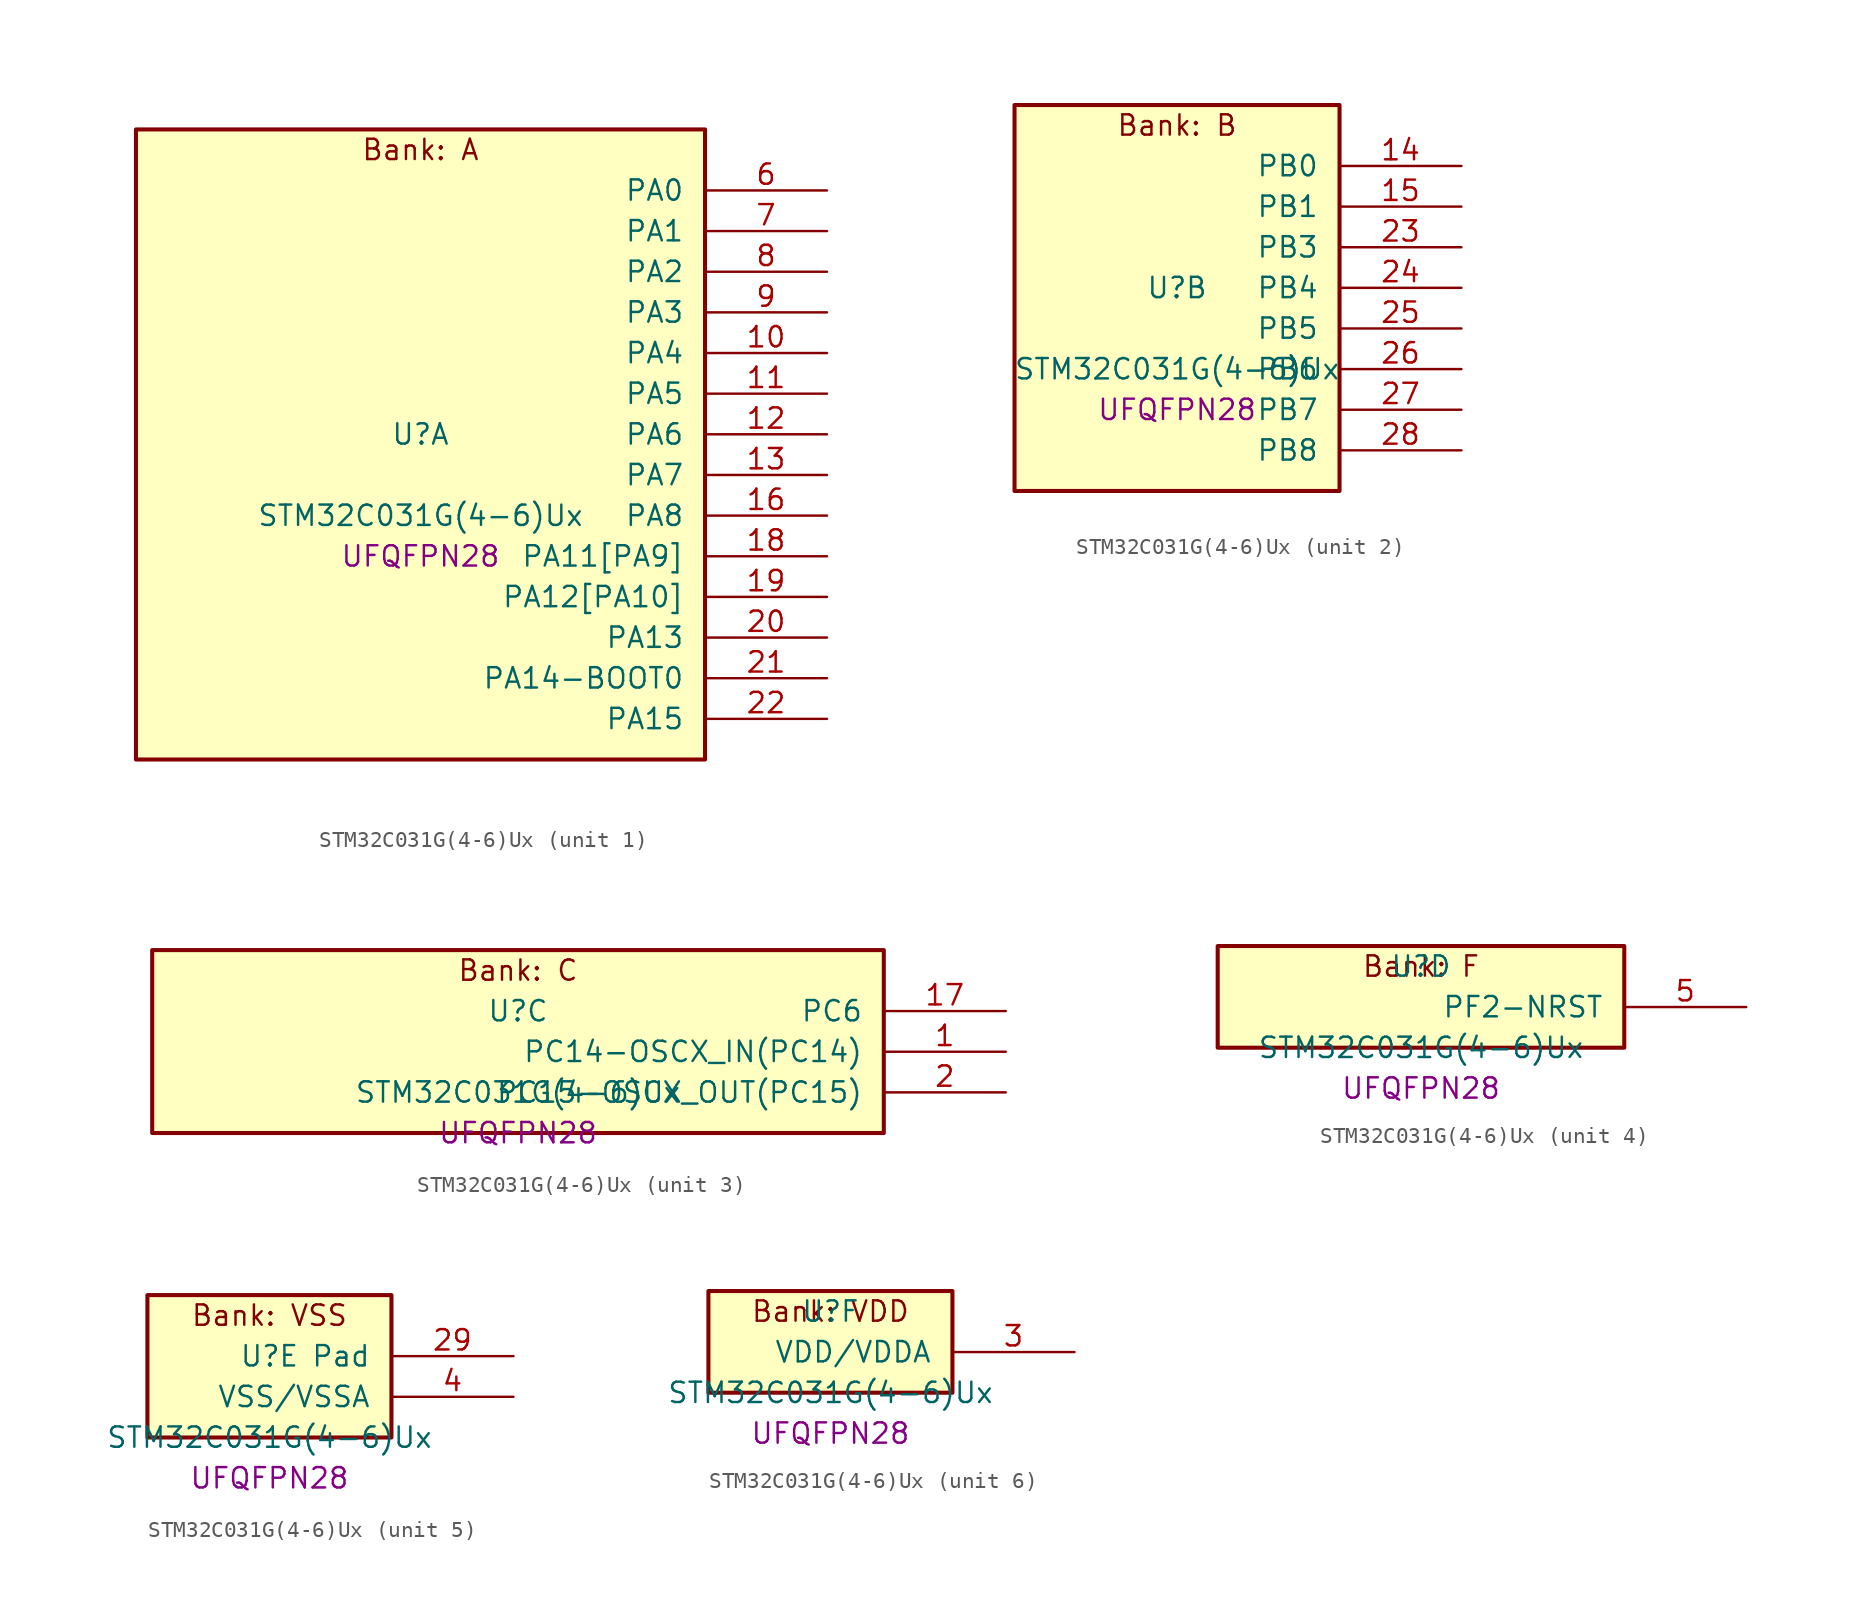
<source format=kicad_sym>
(kicad_symbol_lib
  (version 20241209)
  (generator "stm32_pkl_generator")
  (generator_version "1.0")
  (symbol "STM32C031G(4-6)Ux"
    (pin_names
      (offset 1.27))
    (property "Reference" "U"
      (at 0 2.54 0))
    (property "Value" "STM32C031G(4-6)Ux"
      (at 0 -2.54 0))
    (property "Footprint" "UFQFPN28"
      (at 0 -5.08 0))
    (symbol "STM32C031G(4-6)Ux_1_1"
      (rectangle (start -17.78 21.59) (end 17.78 -17.78) (stroke (width 0.254) (type solid)) (fill (type background)))
      (text "Bank: A" (at 0 20.32 0))
      (pin bidirectional line (at 25.4 17.78 180) (length 7.62) (name "PA0") (number "6") (alternate "PA0/ADC1_IN0" bidirectional line) (alternate "PA0/PWR_WKUP1" bidirectional line) (alternate "PA0/TIM16_CH1" bidirectional line) (alternate "PA0/TIM1_CH1" bidirectional line) (alternate "PA0/USART1_TX" bidirectional line) (alternate "PA0/USART2_CTS" bidirectional line) (alternate "PA0/USART2_NSS" bidirectional line))
      (pin bidirectional line (at 25.4 15.24 180) (length 7.62) (name "PA1") (number "7") (alternate "PA1/ADC1_IN1" bidirectional line) (alternate "PA1/I2C1_SMBA" bidirectional line) (alternate "PA1/I2S1_CK" bidirectional line) (alternate "PA1/SPI1_SCK" bidirectional line) (alternate "PA1/TIM17_CH1" bidirectional line) (alternate "PA1/TIM1_CH2" bidirectional line) (alternate "PA1/USART1_RX" bidirectional line) (alternate "PA1/USART2_CK" bidirectional line) (alternate "PA1/USART2_DE" bidirectional line) (alternate "PA1/USART2_RTS" bidirectional line))
      (pin bidirectional line (at 25.4 12.7 180) (length 7.62) (name "PA2") (number "8") (alternate "PA2/ADC1_IN2" bidirectional line) (alternate "PA2/I2S1_SD" bidirectional line) (alternate "PA2/PWR_WKUP4" bidirectional line) (alternate "PA2/RCC_LSCO" bidirectional line) (alternate "PA2/SPI1_MOSI" bidirectional line) (alternate "PA2/TIM16_CH1N" bidirectional line) (alternate "PA2/TIM1_CH3" bidirectional line) (alternate "PA2/TIM3_ETR" bidirectional line) (alternate "PA2/USART2_TX" bidirectional line))
      (pin bidirectional line (at 25.4 10.16 180) (length 7.62) (name "PA3") (number "9") (alternate "PA3/ADC1_IN3" bidirectional line) (alternate "PA3/TIM1_CH1N" bidirectional line) (alternate "PA3/TIM1_CH4" bidirectional line) (alternate "PA3/USART2_RX" bidirectional line))
      (pin bidirectional line (at 25.4 7.62 180) (length 7.62) (name "PA4") (number "10") (alternate "PA4/ADC1_IN4" bidirectional line) (alternate "PA4/I2S1_WS" bidirectional line) (alternate "PA4/PWR_WKUP2" bidirectional line) (alternate "PA4/RTC_OUT1" bidirectional line) (alternate "PA4/RTC_TS" bidirectional line) (alternate "PA4/SPI1_NSS" bidirectional line) (alternate "PA4/TIM14_CH1" bidirectional line) (alternate "PA4/TIM17_CH1N" bidirectional line) (alternate "PA4/TIM1_CH2N" bidirectional line) (alternate "PA4/USART2_TX" bidirectional line))
      (pin bidirectional line (at 25.4 5.08 180) (length 7.62) (name "PA5") (number "11") (alternate "PA5/ADC1_IN5" bidirectional line) (alternate "PA5/I2S1_CK" bidirectional line) (alternate "PA5/SPI1_SCK" bidirectional line) (alternate "PA5/TIM1_CH1" bidirectional line) (alternate "PA5/TIM1_CH3N" bidirectional line) (alternate "PA5/USART2_RX" bidirectional line))
      (pin bidirectional line (at 25.4 2.54 180) (length 7.62) (name "PA6") (number "12") (alternate "PA6/ADC1_IN6" bidirectional line) (alternate "PA6/I2S1_MCK" bidirectional line) (alternate "PA6/SPI1_MISO" bidirectional line) (alternate "PA6/TIM16_CH1" bidirectional line) (alternate "PA6/TIM1_BKIN" bidirectional line) (alternate "PA6/TIM3_CH1" bidirectional line))
      (pin bidirectional line (at 25.4 0 180) (length 7.62) (name "PA7") (number "13") (alternate "PA7/ADC1_IN7" bidirectional line) (alternate "PA7/I2S1_SD" bidirectional line) (alternate "PA7/SPI1_MOSI" bidirectional line) (alternate "PA7/TIM14_CH1" bidirectional line) (alternate "PA7/TIM17_CH1" bidirectional line) (alternate "PA7/TIM1_CH1N" bidirectional line) (alternate "PA7/TIM3_CH2" bidirectional line))
      (pin bidirectional line (at 25.4 -2.54 180) (length 7.62) (name "PA8") (number "16") (alternate "PA8/ADC1_IN8" bidirectional line) (alternate "PA8/I2S1_WS" bidirectional line) (alternate "PA8/RCC_MCO" bidirectional line) (alternate "PA8/RCC_MCO_2" bidirectional line) (alternate "PA8/SPI1_NSS" bidirectional line) (alternate "PA8/TIM14_CH1" bidirectional line) (alternate "PA8/TIM1_CH1" bidirectional line) (alternate "PA8/TIM1_CH2N" bidirectional line) (alternate "PA8/TIM1_CH3N" bidirectional line) (alternate "PA8/TIM3_CH3" bidirectional line) (alternate "PA8/TIM3_CH4" bidirectional line) (alternate "PA8/USART1_RX" bidirectional line) (alternate "PA8/USART2_TX" bidirectional line))
      (pin bidirectional line (at 25.4 -5.08 180) (length 7.62) (name "PA11[PA9]") (number "18") (alternate "PA11[PA9]/ADC1_EXTI11" bidirectional line) (alternate "PA11[PA9]/ADC1_IN11" bidirectional line) (alternate "PA11[PA9]/I2S1_MCK" bidirectional line) (alternate "PA11[PA9]/SPI1_MISO" bidirectional line) (alternate "PA11[PA9]/TIM1_BKIN2" bidirectional line) (alternate "PA11[PA9]/TIM1_CH4" bidirectional line) (alternate "PA11[PA9]/USART1_CTS" bidirectional line) (alternate "PA11[PA9]/USART1_NSS" bidirectional line) (alternate "PA11[PA9]/PA9[PA11]" bidirectional line) (alternate "PA11[PA9]/I2C1_SCL" bidirectional line) (alternate "PA11[PA9]/RCC_MCO" bidirectional line) (alternate "PA11[PA9]/TIM1_CH2" bidirectional line) (alternate "PA11[PA9]/TIM3_ETR" bidirectional line) (alternate "PA11[PA9]/USART1_TX" bidirectional line))
      (pin bidirectional line (at 25.4 -7.62 180) (length 7.62) (name "PA12[PA10]") (number "19") (alternate "PA12[PA10]/ADC1_IN12" bidirectional line) (alternate "PA12[PA10]/I2S1_SD" bidirectional line) (alternate "PA12[PA10]/I2S_CKIN" bidirectional line) (alternate "PA12[PA10]/SPI1_MOSI" bidirectional line) (alternate "PA12[PA10]/TIM1_ETR" bidirectional line) (alternate "PA12[PA10]/USART1_CK" bidirectional line) (alternate "PA12[PA10]/USART1_DE" bidirectional line) (alternate "PA12[PA10]/USART1_RTS" bidirectional line) (alternate "PA12[PA10]/PA10[PA12]" bidirectional line) (alternate "PA12[PA10]/I2C1_SDA" bidirectional line) (alternate "PA12[PA10]/RCC_MCO_2" bidirectional line) (alternate "PA12[PA10]/TIM17_BKIN" bidirectional line) (alternate "PA12[PA10]/TIM1_CH3" bidirectional line) (alternate "PA12[PA10]/USART1_RX" bidirectional line))
      (pin bidirectional line (at 25.4 -10.16 180) (length 7.62) (name "PA13") (number "20") (alternate "PA13/ADC1_IN13" bidirectional line) (alternate "PA13/DEBUG_SWDIO" bidirectional line) (alternate "PA13/IR_OUT" bidirectional line) (alternate "PA13/TIM3_ETR" bidirectional line) (alternate "PA13/USART2_RX" bidirectional line))
      (pin bidirectional line (at 25.4 -12.7 180) (length 7.62) (name "PA14-BOOT0") (number "21") (alternate "PA14-BOOT0/ADC1_IN14" bidirectional line) (alternate "PA14-BOOT0/DEBUG_SWCLK" bidirectional line) (alternate "PA14-BOOT0/I2S1_WS" bidirectional line) (alternate "PA14-BOOT0/RCC_MCO_2" bidirectional line) (alternate "PA14-BOOT0/SPI1_NSS" bidirectional line) (alternate "PA14-BOOT0/TIM1_CH1" bidirectional line) (alternate "PA14-BOOT0/USART1_CK" bidirectional line) (alternate "PA14-BOOT0/USART1_DE" bidirectional line) (alternate "PA14-BOOT0/USART1_RTS" bidirectional line) (alternate "PA14-BOOT0/USART2_RX" bidirectional line) (alternate "PA14-BOOT0/USART2_TX" bidirectional line))
      (pin bidirectional line (at 25.4 -15.24 180) (length 7.62) (name "PA15") (number "22") (alternate "PA15/I2S1_WS" bidirectional line) (alternate "PA15/RCC_MCO_2" bidirectional line) (alternate "PA15/SPI1_NSS" bidirectional line) (alternate "PA15/TIM1_CH1" bidirectional line) (alternate "PA15/USART1_CK" bidirectional line) (alternate "PA15/USART1_DE" bidirectional line) (alternate "PA15/USART1_RTS" bidirectional line) (alternate "PA15/USART2_RX" bidirectional line)))
    (symbol "STM32C031G(4-6)Ux_2_1"
      (rectangle (start -10.16 13.97) (end 10.16 -10.16) (stroke (width 0.254) (type solid)) (fill (type background)))
      (text "Bank: B" (at 0 12.7 0))
      (pin bidirectional line (at 17.78 10.16 180) (length 7.62) (name "PB0") (number "14") (alternate "PB0/ADC1_IN17" bidirectional line) (alternate "PB0/I2S1_WS" bidirectional line) (alternate "PB0/SPI1_NSS" bidirectional line) (alternate "PB0/TIM1_CH2N" bidirectional line) (alternate "PB0/TIM3_CH3" bidirectional line))
      (pin bidirectional line (at 17.78 7.62 180) (length 7.62) (name "PB1") (number "15") (alternate "PB1/ADC1_IN18" bidirectional line) (alternate "PB1/TIM14_CH1" bidirectional line) (alternate "PB1/TIM1_CH2N" bidirectional line) (alternate "PB1/TIM1_CH3N" bidirectional line) (alternate "PB1/TIM3_CH4" bidirectional line))
      (pin bidirectional line (at 17.78 5.08 180) (length 7.62) (name "PB3") (number "23") (alternate "PB3/I2S1_CK" bidirectional line) (alternate "PB3/SPI1_SCK" bidirectional line) (alternate "PB3/TIM1_CH2" bidirectional line) (alternate "PB3/TIM3_CH2" bidirectional line) (alternate "PB3/USART1_CK" bidirectional line) (alternate "PB3/USART1_DE" bidirectional line) (alternate "PB3/USART1_RTS" bidirectional line))
      (pin bidirectional line (at 17.78 2.54 180) (length 7.62) (name "PB4") (number "24") (alternate "PB4/I2S1_MCK" bidirectional line) (alternate "PB4/SPI1_MISO" bidirectional line) (alternate "PB4/TIM17_BKIN" bidirectional line) (alternate "PB4/TIM3_CH1" bidirectional line) (alternate "PB4/USART1_CTS" bidirectional line) (alternate "PB4/USART1_NSS" bidirectional line))
      (pin bidirectional line (at 17.78 0 180) (length 7.62) (name "PB5") (number "25") (alternate "PB5/I2C1_SMBA" bidirectional line) (alternate "PB5/I2S1_SD" bidirectional line) (alternate "PB5/PWR_WKUP6" bidirectional line) (alternate "PB5/SPI1_MOSI" bidirectional line) (alternate "PB5/TIM16_BKIN" bidirectional line) (alternate "PB5/TIM3_CH2" bidirectional line) (alternate "PB5/TIM3_CH3" bidirectional line))
      (pin bidirectional line (at 17.78 -2.54 180) (length 7.62) (name "PB6") (number "26") (alternate "PB6/I2C1_SCL" bidirectional line) (alternate "PB6/I2C1_SMBA" bidirectional line) (alternate "PB6/I2S1_CK" bidirectional line) (alternate "PB6/I2S1_MCK" bidirectional line) (alternate "PB6/I2S1_SD" bidirectional line) (alternate "PB6/PWR_WKUP3" bidirectional line) (alternate "PB6/SPI1_MISO" bidirectional line) (alternate "PB6/SPI1_MOSI" bidirectional line) (alternate "PB6/SPI1_SCK" bidirectional line) (alternate "PB6/TIM16_BKIN" bidirectional line) (alternate "PB6/TIM16_CH1N" bidirectional line) (alternate "PB6/TIM17_BKIN" bidirectional line) (alternate "PB6/TIM1_CH2" bidirectional line) (alternate "PB6/TIM1_CH3" bidirectional line) (alternate "PB6/TIM3_CH1" bidirectional line) (alternate "PB6/TIM3_CH2" bidirectional line) (alternate "PB6/TIM3_CH3" bidirectional line) (alternate "PB6/USART1_CK" bidirectional line) (alternate "PB6/USART1_CTS" bidirectional line) (alternate "PB6/USART1_DE" bidirectional line) (alternate "PB6/USART1_NSS" bidirectional line) (alternate "PB6/USART1_RTS" bidirectional line) (alternate "PB6/USART1_TX" bidirectional line))
      (pin bidirectional line (at 17.78 -5.08 180) (length 7.62) (name "PB7") (number "27") (alternate "PB7/I2C1_SCL" bidirectional line) (alternate "PB7/I2C1_SDA" bidirectional line) (alternate "PB7/RTC_REFIN" bidirectional line) (alternate "PB7/TIM16_CH1" bidirectional line) (alternate "PB7/TIM17_CH1N" bidirectional line) (alternate "PB7/TIM1_CH4" bidirectional line) (alternate "PB7/TIM3_CH1" bidirectional line) (alternate "PB7/TIM3_CH4" bidirectional line) (alternate "PB7/USART1_RX" bidirectional line) (alternate "PB7/USART2_CTS" bidirectional line) (alternate "PB7/USART2_NSS" bidirectional line))
      (pin bidirectional line (at 17.78 -7.62 180) (length 7.62) (name "PB8") (number "28") (alternate "PB8/I2C1_SCL" bidirectional line) (alternate "PB8/TIM16_CH1" bidirectional line) (alternate "PB8/TIM3_CH1" bidirectional line) (alternate "PB8/USART2_CTS" bidirectional line) (alternate "PB8/USART2_NSS" bidirectional line)))
    (symbol "STM32C031G(4-6)Ux_3_1"
      (rectangle (start -22.86 6.35) (end 22.86 -5.08) (stroke (width 0.254) (type solid)) (fill (type background)))
      (text "Bank: C" (at 0 5.08 0))
      (pin bidirectional line (at 30.48 2.54 180) (length 7.62) (name "PC6") (number "17") (alternate "PC6/TIM3_CH1" bidirectional line))
      (pin bidirectional line (at 30.48 0 180) (length 7.62) (name "PC14-OSCX_IN(PC14)") (number "1") (alternate "PC14-OSCX_IN(PC14)/I2C1_SDA" bidirectional line) (alternate "PC14-OSCX_IN(PC14)/IR_OUT" bidirectional line) (alternate "PC14-OSCX_IN(PC14)/RCC_OSCX_IN" bidirectional line) (alternate "PC14-OSCX_IN(PC14)/TIM17_CH1" bidirectional line) (alternate "PC14-OSCX_IN(PC14)/TIM1_BKIN2" bidirectional line) (alternate "PC14-OSCX_IN(PC14)/TIM1_ETR" bidirectional line) (alternate "PC14-OSCX_IN(PC14)/TIM3_CH2" bidirectional line) (alternate "PC14-OSCX_IN(PC14)/USART1_TX" bidirectional line) (alternate "PC14-OSCX_IN(PC14)/USART2_CK" bidirectional line) (alternate "PC14-OSCX_IN(PC14)/USART2_DE" bidirectional line) (alternate "PC14-OSCX_IN(PC14)/USART2_RTS" bidirectional line))
      (pin bidirectional line (at 30.48 -2.54 180) (length 7.62) (name "PC15-OSCX_OUT(PC15)") (number "2") (alternate "PC15-OSCX_OUT(PC15)/RCC_OSC32_EN" bidirectional line) (alternate "PC15-OSCX_OUT(PC15)/RCC_OSCX_OUT" bidirectional line) (alternate "PC15-OSCX_OUT(PC15)/RCC_OSC_EN" bidirectional line) (alternate "PC15-OSCX_OUT(PC15)/TIM1_ETR" bidirectional line) (alternate "PC15-OSCX_OUT(PC15)/TIM3_CH3" bidirectional line)))
    (symbol "STM32C031G(4-6)Ux_4_1"
      (rectangle (start -12.7 3.81) (end 12.7 -2.54) (stroke (width 0.254) (type solid)) (fill (type background)))
      (text "Bank: F" (at 0 2.54 0))
      (pin bidirectional line (at 20.32 0 180) (length 7.62) (name "PF2-NRST") (number "5") (alternate "PF2-NRST/RCC_MCO" bidirectional line) (alternate "PF2-NRST/TIM1_CH4" bidirectional line)))
    (symbol "STM32C031G(4-6)Ux_5_1"
      (rectangle (start -7.62 6.35) (end 7.62 -2.54) (stroke (width 0.254) (type solid)) (fill (type background)))
      (text "Bank: VSS" (at 0 5.08 0))
      (pin passive line (at 15.24 2.54 180) (length 7.62) (name "Pad") (number "29"))
      (pin power_in line (at 15.24 0 180) (length 7.62) (name "VSS/VSSA") (number "4")))
    (symbol "STM32C031G(4-6)Ux_6_1"
      (rectangle (start -7.62 3.81) (end 7.62 -2.54) (stroke (width 0.254) (type solid)) (fill (type background)))
      (text "Bank: VDD" (at 0 2.54 0))
      (pin power_in line (at 15.24 0 180) (length 7.62) (name "VDD/VDDA") (number "3")))))
</source>
